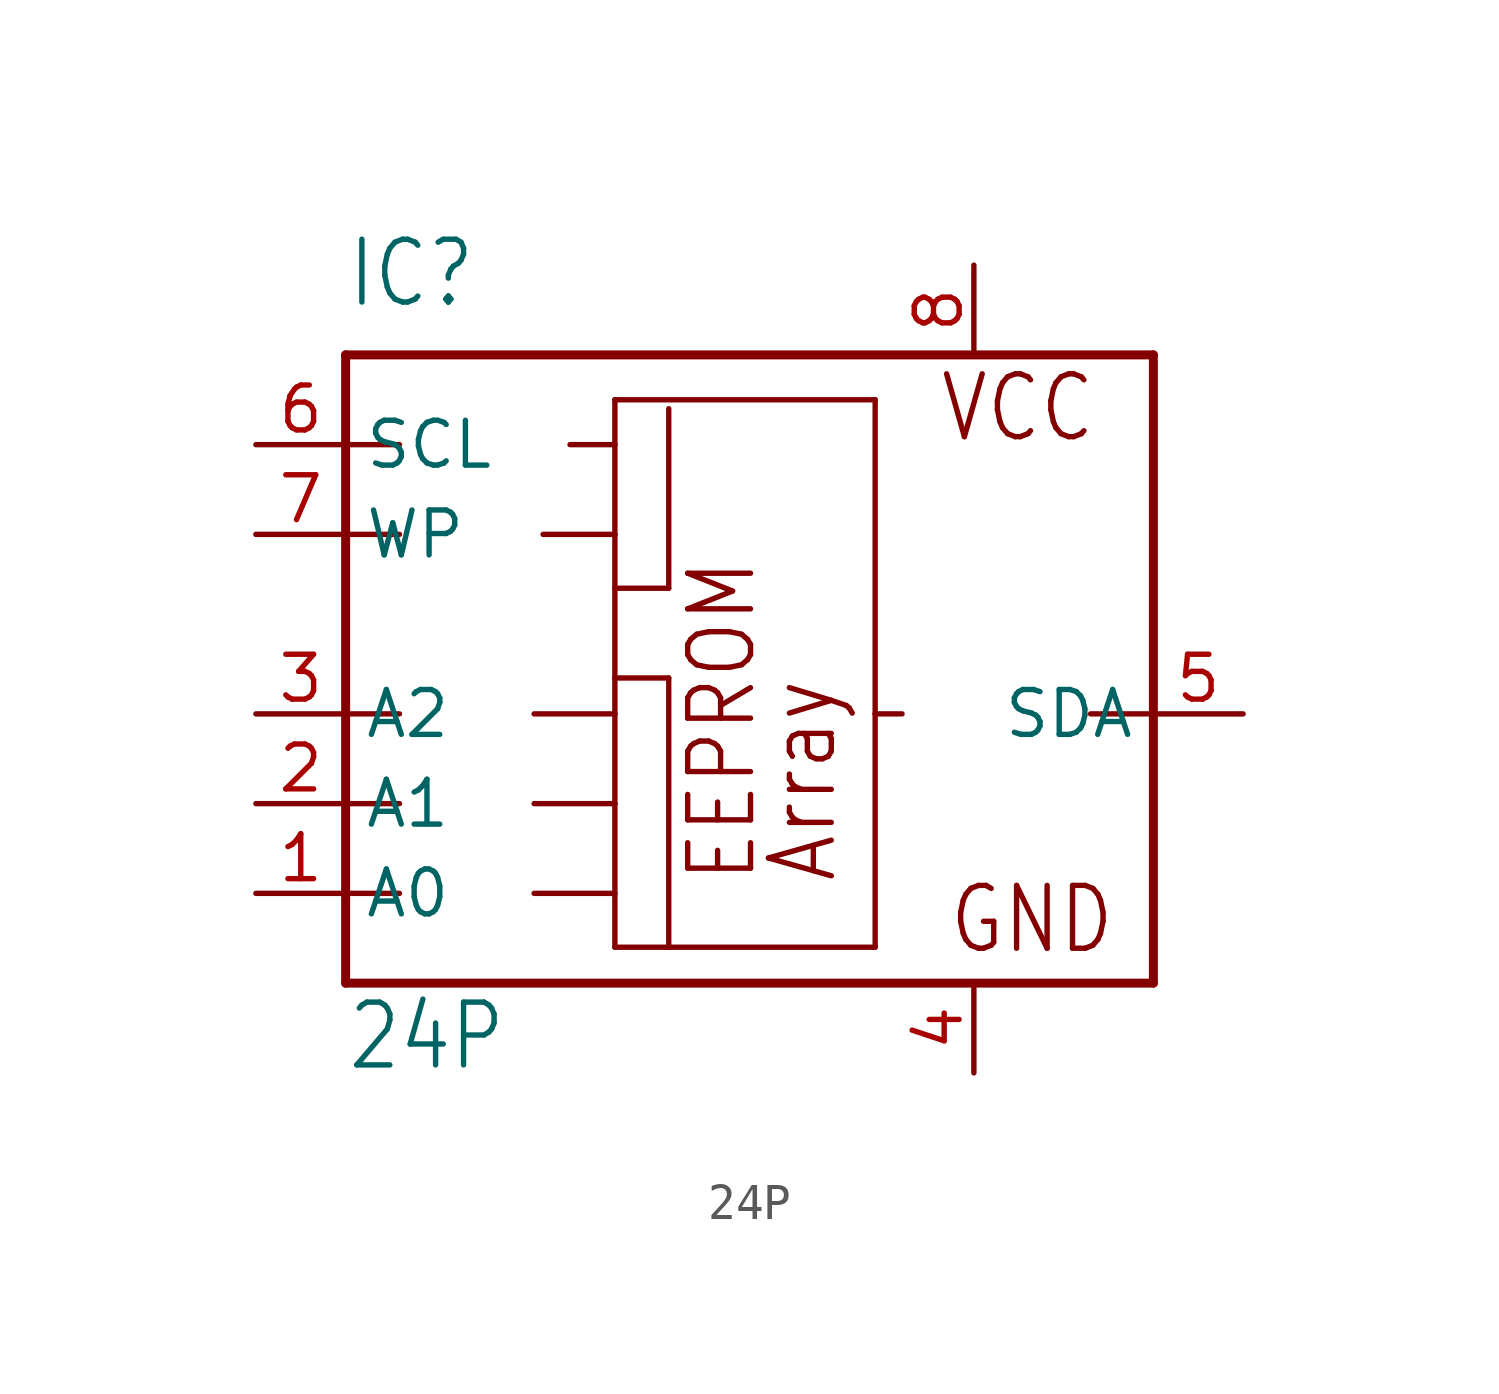
<source format=kicad_sym>
(kicad_symbol_lib
  (version 20211014)
  (generator kicad_symbol_editor)
  (symbol "24P"
    (property "Reference" "IC"
      (at -10.16 11.43 0)
      (effects (font (size 1.778 1.511)) (justify left bottom)))
    (property "Value" "24P"
      (at -10.16 -10.16 0)
      (effects (font (size 1.778 1.511)) (justify left bottom)))
    (property "ki_locked" ""
      (at 0 0 0)
      (effects (font (size 1.27 1.27))))
    (symbol "24P_1_0"
      (polyline (pts (xy -10.16 -7.62) (xy -10.16 -5.08)) (stroke (width 0.254) (type default) (color 0 0 0 0)) (fill (type none)))
      (polyline (pts (xy -10.16 -5.08) (xy -10.16 -2.54)) (stroke (width 0.254) (type default) (color 0 0 0 0)) (fill (type none)))
      (polyline (pts (xy -10.16 -5.08) (xy -8.636 -5.08)) (stroke (width 0.152) (type default) (color 0 0 0 0)) (fill (type none)))
      (polyline (pts (xy -10.16 -2.54) (xy -10.16 0)) (stroke (width 0.254) (type default) (color 0 0 0 0)) (fill (type none)))
      (polyline (pts (xy -10.16 -2.54) (xy -8.636 -2.54)) (stroke (width 0.152) (type default) (color 0 0 0 0)) (fill (type none)))
      (polyline (pts (xy -10.16 0) (xy -10.16 5.08)) (stroke (width 0.254) (type default) (color 0 0 0 0)) (fill (type none)))
      (polyline (pts (xy -10.16 0) (xy -8.636 0)) (stroke (width 0.152) (type default) (color 0 0 0 0)) (fill (type none)))
      (polyline (pts (xy -10.16 5.08) (xy -10.16 7.62)) (stroke (width 0.254) (type default) (color 0 0 0 0)) (fill (type none)))
      (polyline (pts (xy -10.16 5.08) (xy -8.636 5.08)) (stroke (width 0.152) (type default) (color 0 0 0 0)) (fill (type none)))
      (polyline (pts (xy -10.16 7.62) (xy -10.16 10.16)) (stroke (width 0.254) (type default) (color 0 0 0 0)) (fill (type none)))
      (polyline (pts (xy -10.16 7.62) (xy -8.636 7.62)) (stroke (width 0.152) (type default) (color 0 0 0 0)) (fill (type none)))
      (polyline (pts (xy -10.16 10.16) (xy 12.7 10.16)) (stroke (width 0.254) (type default) (color 0 0 0 0)) (fill (type none)))
      (polyline (pts (xy -4.826 -5.08) (xy -2.54 -5.08)) (stroke (width 0.152) (type default) (color 0 0 0 0)) (fill (type none)))
      (polyline (pts (xy -4.826 -2.54) (xy -2.54 -2.54)) (stroke (width 0.152) (type default) (color 0 0 0 0)) (fill (type none)))
      (polyline (pts (xy -4.826 0) (xy -2.54 0)) (stroke (width 0.152) (type default) (color 0 0 0 0)) (fill (type none)))
      (polyline (pts (xy -4.572 5.08) (xy -2.54 5.08)) (stroke (width 0.152) (type default) (color 0 0 0 0)) (fill (type none)))
      (polyline (pts (xy -3.81 7.62) (xy -2.54 7.62)) (stroke (width 0.152) (type default) (color 0 0 0 0)) (fill (type none)))
      (polyline (pts (xy -2.54 -6.604) (xy -2.54 -5.08)) (stroke (width 0.152) (type default) (color 0 0 0 0)) (fill (type none)))
      (polyline (pts (xy -2.54 -5.08) (xy -2.54 -2.54)) (stroke (width 0.152) (type default) (color 0 0 0 0)) (fill (type none)))
      (polyline (pts (xy -2.54 -2.54) (xy -2.54 0)) (stroke (width 0.152) (type default) (color 0 0 0 0)) (fill (type none)))
      (polyline (pts (xy -2.54 0) (xy -2.54 1.016)) (stroke (width 0.152) (type default) (color 0 0 0 0)) (fill (type none)))
      (polyline (pts (xy -2.54 1.016) (xy -2.54 3.556)) (stroke (width 0.152) (type default) (color 0 0 0 0)) (fill (type none)))
      (polyline (pts (xy -2.54 1.016) (xy -1.016 1.016)) (stroke (width 0.152) (type default) (color 0 0 0 0)) (fill (type none)))
      (polyline (pts (xy -2.54 3.556) (xy -2.54 5.08)) (stroke (width 0.152) (type default) (color 0 0 0 0)) (fill (type none)))
      (polyline (pts (xy -2.54 3.556) (xy -1.016 3.556)) (stroke (width 0.152) (type default) (color 0 0 0 0)) (fill (type none)))
      (polyline (pts (xy -2.54 5.08) (xy -2.54 7.62)) (stroke (width 0.152) (type default) (color 0 0 0 0)) (fill (type none)))
      (polyline (pts (xy -2.54 7.62) (xy -2.54 8.89)) (stroke (width 0.152) (type default) (color 0 0 0 0)) (fill (type none)))
      (polyline (pts (xy -2.54 8.89) (xy 4.826 8.89)) (stroke (width 0.152) (type default) (color 0 0 0 0)) (fill (type none)))
      (polyline (pts (xy -1.016 -6.604) (xy -2.54 -6.604)) (stroke (width 0.152) (type default) (color 0 0 0 0)) (fill (type none)))
      (polyline (pts (xy -1.016 1.016) (xy -1.016 -6.604)) (stroke (width 0.152) (type default) (color 0 0 0 0)) (fill (type none)))
      (polyline (pts (xy -1.016 8.636) (xy -1.016 3.556)) (stroke (width 0.152) (type default) (color 0 0 0 0)) (fill (type none)))
      (polyline (pts (xy 4.826 -6.604) (xy -1.016 -6.604)) (stroke (width 0.152) (type default) (color 0 0 0 0)) (fill (type none)))
      (polyline (pts (xy 4.826 0) (xy 4.826 -6.604)) (stroke (width 0.152) (type default) (color 0 0 0 0)) (fill (type none)))
      (polyline (pts (xy 4.826 8.89) (xy 4.826 0)) (stroke (width 0.152) (type default) (color 0 0 0 0)) (fill (type none)))
      (polyline (pts (xy 5.588 0) (xy 4.826 0)) (stroke (width 0.152) (type default) (color 0 0 0 0)) (fill (type none)))
      (polyline (pts (xy 12.7 -7.62) (xy -10.16 -7.62)) (stroke (width 0.254) (type default) (color 0 0 0 0)) (fill (type none)))
      (polyline (pts (xy 12.7 0) (xy 10.922 0)) (stroke (width 0.152) (type default) (color 0 0 0 0)) (fill (type none)))
      (polyline (pts (xy 12.7 0) (xy 12.7 -7.62)) (stroke (width 0.254) (type default) (color 0 0 0 0)) (fill (type none)))
      (polyline (pts (xy 12.7 10.16) (xy 12.7 0)) (stroke (width 0.254) (type default) (color 0 0 0 0)) (fill (type none)))
      (text "Array" (at 3.81 -4.826 900) (effects (font (size 1.778 1.511)) (justify left bottom)))
      (text "EEPROM" (at 1.524 -4.826 900) (effects (font (size 1.778 1.511)) (justify left bottom)))
      (text "GND" (at 6.858 -6.858 0) (effects (font (size 1.778 1.511)) (justify left bottom)))
      (text "VCC" (at 6.604 7.62 0) (effects (font (size 1.778 1.511)) (justify left bottom)))
      (pin input line (at -12.7 -5.08 0) (length 2.54) (name "A0" (effects (font (size 1.27 1.27)))) (number "1" (effects (font (size 1.27 1.27)))))
      (pin input line (at -12.7 -2.54 0) (length 2.54) (name "A1" (effects (font (size 1.27 1.27)))) (number "2" (effects (font (size 1.27 1.27)))))
      (pin input line (at -12.7 0 0) (length 2.54) (name "A2" (effects (font (size 1.27 1.27)))) (number "3" (effects (font (size 1.27 1.27)))))
      (pin power_in line (at 7.62 -10.16 90) (length 2.54) (name "GND" (effects (font (size 0 0)))) (number "4" (effects (font (size 1.27 1.27)))))
      (pin bidirectional line (at 15.24 0 180) (length 2.54) (name "SDA" (effects (font (size 1.27 1.27)))) (number "5" (effects (font (size 1.27 1.27)))))
      (pin input line (at -12.7 7.62 0) (length 2.54) (name "SCL" (effects (font (size 1.27 1.27)))) (number "6" (effects (font (size 1.27 1.27)))))
      (pin input line (at -12.7 5.08 0) (length 2.54) (name "WP" (effects (font (size 1.27 1.27)))) (number "7" (effects (font (size 1.27 1.27)))))
      (pin power_in line (at 7.62 12.7 270) (length 2.54) (name "VCC" (effects (font (size 0 0)))) (number "8" (effects (font (size 1.27 1.27))))))))
</source>
